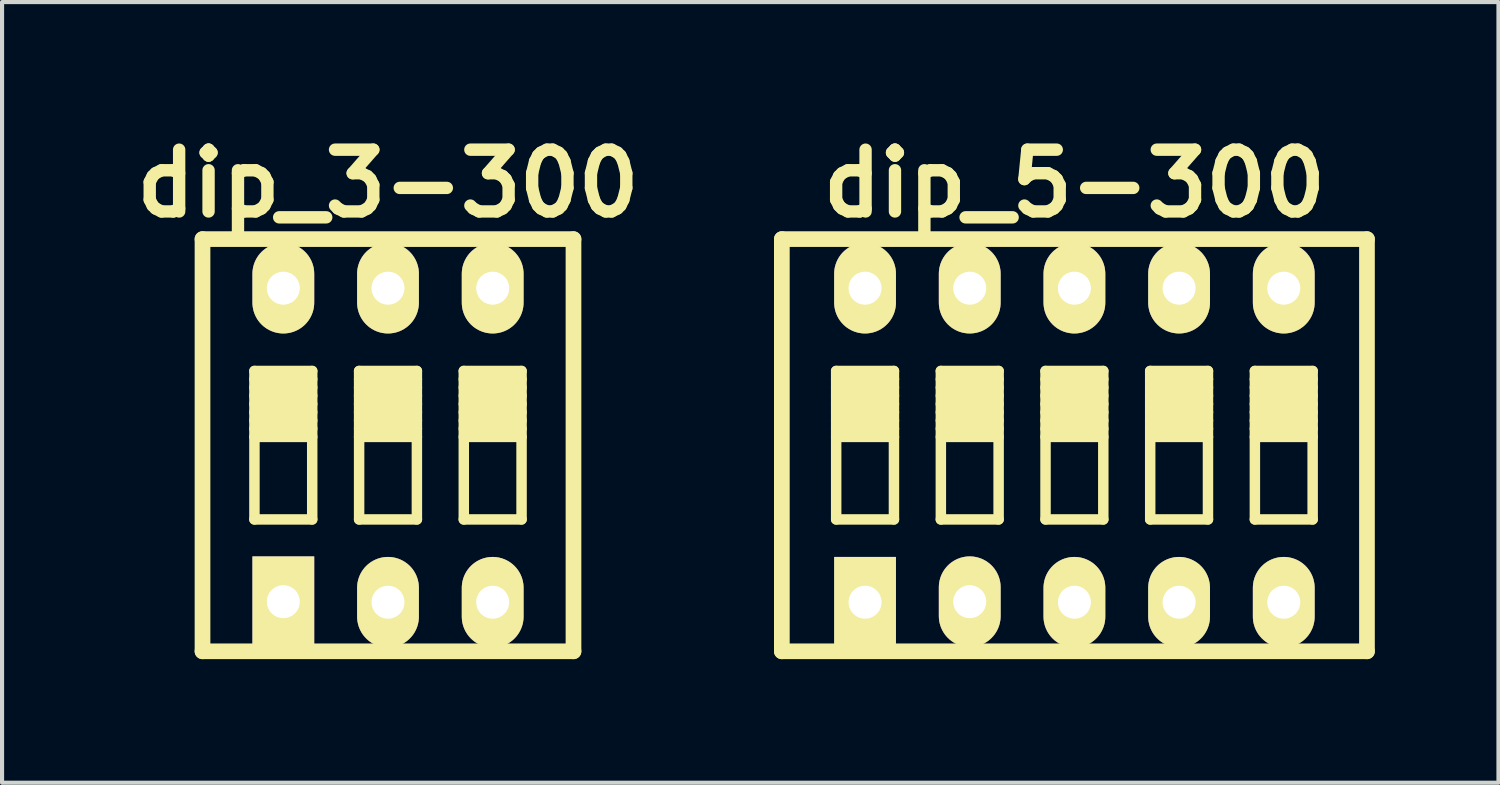
<source format=kicad_pcb>
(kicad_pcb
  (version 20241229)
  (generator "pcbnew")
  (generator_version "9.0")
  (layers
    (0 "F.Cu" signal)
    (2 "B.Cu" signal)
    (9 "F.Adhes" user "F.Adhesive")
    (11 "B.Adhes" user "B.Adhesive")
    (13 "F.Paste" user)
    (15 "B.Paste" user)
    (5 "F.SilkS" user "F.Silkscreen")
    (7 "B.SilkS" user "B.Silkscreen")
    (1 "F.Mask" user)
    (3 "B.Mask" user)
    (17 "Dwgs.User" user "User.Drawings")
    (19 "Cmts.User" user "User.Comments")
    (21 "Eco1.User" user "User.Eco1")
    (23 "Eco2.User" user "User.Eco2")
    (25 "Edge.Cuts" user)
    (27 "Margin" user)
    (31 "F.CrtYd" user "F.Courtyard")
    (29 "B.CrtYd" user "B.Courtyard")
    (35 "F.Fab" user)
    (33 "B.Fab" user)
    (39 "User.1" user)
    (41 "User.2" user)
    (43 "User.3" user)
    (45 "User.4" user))
  (footprint "dip_3-300"
    (layer "F.Cu")
    (at 6.365 7.753)
    (property "Reference" "dip_3-300" (at 0 -6.35 0) (layer "F.SilkS") (effects (font (size 1.499 1.499) (thickness 0.3))))
    (attr through_hole)
    (fp_line (start -4.501 -5.001) (end 4.501 -5.001) (stroke (width 0.381) (type solid)) (layer "F.SilkS"))
    (fp_line (start -4.501 5.001) (end -4.501 -5.001) (stroke (width 0.381) (type solid)) (layer "F.SilkS"))
    (fp_line (start -3.241 -1.801) (end -3.241 1.801) (stroke (width 0.254) (type solid)) (layer "F.SilkS"))
    (fp_line (start -3.241 -1.6) (end -1.839 -1.6) (stroke (width 0.254) (type solid)) (layer "F.SilkS"))
    (fp_line (start -3.241 -1.4) (end -1.839 -1.4) (stroke (width 0.254) (type solid)) (layer "F.SilkS"))
    (fp_line (start -3.241 -1.201) (end -1.839 -1.201) (stroke (width 0.254) (type solid)) (layer "F.SilkS"))
    (fp_line (start -3.241 -1.001) (end -1.839 -1.001) (stroke (width 0.254) (type solid)) (layer "F.SilkS"))
    (fp_line (start -3.241 -0.8) (end -1.839 -0.8) (stroke (width 0.254) (type solid)) (layer "F.SilkS"))
    (fp_line (start -3.241 -0.599) (end -1.839 -0.599) (stroke (width 0.254) (type solid)) (layer "F.SilkS"))
    (fp_line (start -3.241 -0.401) (end -1.839 -0.401) (stroke (width 0.254) (type solid)) (layer "F.SilkS"))
    (fp_line (start -3.241 -0.201) (end -1.839 -0.201) (stroke (width 0.254) (type solid)) (layer "F.SilkS"))
    (fp_line (start -3.241 1.801) (end -1.839 1.801) (stroke (width 0.254) (type solid)) (layer "F.SilkS"))
    (fp_line (start -1.839 -1.801) (end -3.241 -1.801) (stroke (width 0.254) (type solid)) (layer "F.SilkS"))
    (fp_line (start -1.839 1.801) (end -1.839 -1.801) (stroke (width 0.254) (type solid)) (layer "F.SilkS"))
    (fp_line (start -0.701 -1.801) (end -0.701 1.801) (stroke (width 0.254) (type solid)) (layer "F.SilkS"))
    (fp_line (start -0.701 -1.6) (end 0.701 -1.6) (stroke (width 0.254) (type solid)) (layer "F.SilkS"))
    (fp_line (start -0.701 -1.4) (end 0.701 -1.4) (stroke (width 0.254) (type solid)) (layer "F.SilkS"))
    (fp_line (start -0.701 -1.201) (end 0.701 -1.201) (stroke (width 0.254) (type solid)) (layer "F.SilkS"))
    (fp_line (start -0.701 -1.001) (end 0.701 -1.001) (stroke (width 0.254) (type solid)) (layer "F.SilkS"))
    (fp_line (start -0.701 -0.8) (end 0.701 -0.8) (stroke (width 0.254) (type solid)) (layer "F.SilkS"))
    (fp_line (start -0.701 -0.599) (end 0.701 -0.599) (stroke (width 0.254) (type solid)) (layer "F.SilkS"))
    (fp_line (start -0.701 -0.401) (end 0.701 -0.401) (stroke (width 0.254) (type solid)) (layer "F.SilkS"))
    (fp_line (start -0.701 -0.201) (end 0.701 -0.201) (stroke (width 0.254) (type solid)) (layer "F.SilkS"))
    (fp_line (start -0.701 1.801) (end 0.701 1.801) (stroke (width 0.254) (type solid)) (layer "F.SilkS"))
    (fp_line (start 0.701 -1.801) (end -0.701 -1.801) (stroke (width 0.254) (type solid)) (layer "F.SilkS"))
    (fp_line (start 0.701 1.801) (end 0.701 -1.801) (stroke (width 0.254) (type solid)) (layer "F.SilkS"))
    (fp_line (start 1.839 -1.801) (end 1.839 1.801) (stroke (width 0.254) (type solid)) (layer "F.SilkS"))
    (fp_line (start 1.839 -1.6) (end 3.241 -1.6) (stroke (width 0.254) (type solid)) (layer "F.SilkS"))
    (fp_line (start 1.839 -1.4) (end 3.241 -1.4) (stroke (width 0.254) (type solid)) (layer "F.SilkS"))
    (fp_line (start 1.839 -1.201) (end 3.241 -1.201) (stroke (width 0.254) (type solid)) (layer "F.SilkS"))
    (fp_line (start 1.839 -1.001) (end 3.241 -1.001) (stroke (width 0.254) (type solid)) (layer "F.SilkS"))
    (fp_line (start 1.839 -0.8) (end 3.241 -0.8) (stroke (width 0.254) (type solid)) (layer "F.SilkS"))
    (fp_line (start 1.839 -0.599) (end 3.241 -0.599) (stroke (width 0.254) (type solid)) (layer "F.SilkS"))
    (fp_line (start 1.839 -0.401) (end 3.241 -0.401) (stroke (width 0.254) (type solid)) (layer "F.SilkS"))
    (fp_line (start 1.839 -0.201) (end 3.241 -0.201) (stroke (width 0.254) (type solid)) (layer "F.SilkS"))
    (fp_line (start 1.839 1.801) (end 3.241 1.801) (stroke (width 0.254) (type solid)) (layer "F.SilkS"))
    (fp_line (start 3.241 -1.801) (end 1.839 -1.801) (stroke (width 0.254) (type solid)) (layer "F.SilkS"))
    (fp_line (start 3.241 1.801) (end 3.241 -1.801) (stroke (width 0.254) (type solid)) (layer "F.SilkS"))
    (fp_line (start 4.501 -4.999) (end 4.501 5.001) (stroke (width 0.381) (type solid)) (layer "F.SilkS"))
    (fp_line (start 4.501 5.001) (end -4.501 5.001) (stroke (width 0.381) (type solid)) (layer "F.SilkS"))
    (pad "1" thru_hole rect (at -2.54 3.797) (size 1.499 2.197) (drill 0.8) (layers "*.Cu" "*.Mask" "F.SilkS"))
    (pad "2" thru_hole oval (at 0 3.81) (size 1.499 2.197) (drill 0.8) (layers "*.Cu" "*.Mask" "F.SilkS"))
    (pad "3" thru_hole oval (at 2.54 3.81) (size 1.499 2.197) (drill 0.8) (layers "*.Cu" "*.Mask" "F.SilkS"))
    (pad "4" thru_hole oval (at 2.54 -3.81) (size 1.499 2.197) (drill 0.8) (layers "*.Cu" "*.Mask" "F.SilkS"))
    (pad "5" thru_hole oval (at 0 -3.81) (size 1.499 2.197) (drill 0.8) (layers "*.Cu" "*.Mask" "F.SilkS"))
    (pad "6" thru_hole oval (at -2.54 -3.81) (size 1.499 2.197) (drill 0.8) (layers "*.Cu" "*.Mask" "F.SilkS")))
  (footprint "dip_5-300"
    (layer "F.Cu")
    (at 23.021 7.753)
    (property "Reference" "dip_5-300" (at 0 -6.35 0) (layer "F.SilkS") (effects (font (size 1.499 1.499) (thickness 0.3))))
    (attr through_hole)
    (fp_line (start -7.099 5.001) (end -7.099 -5.001) (stroke (width 0.381) (type solid)) (layer "F.SilkS"))
    (fp_line (start -7.099 5.001) (end 7.099 5.001) (stroke (width 0.381) (type solid)) (layer "F.SilkS"))
    (fp_line (start -5.781 -1.801) (end -5.781 1.801) (stroke (width 0.254) (type solid)) (layer "F.SilkS"))
    (fp_line (start -5.781 -1.6) (end -4.379 -1.6) (stroke (width 0.254) (type solid)) (layer "F.SilkS"))
    (fp_line (start -5.781 -1.4) (end -4.379 -1.4) (stroke (width 0.254) (type solid)) (layer "F.SilkS"))
    (fp_line (start -5.781 -1.201) (end -4.379 -1.201) (stroke (width 0.254) (type solid)) (layer "F.SilkS"))
    (fp_line (start -5.781 -1.001) (end -4.379 -1.001) (stroke (width 0.254) (type solid)) (layer "F.SilkS"))
    (fp_line (start -5.781 -0.8) (end -4.379 -0.8) (stroke (width 0.254) (type solid)) (layer "F.SilkS"))
    (fp_line (start -5.781 -0.599) (end -4.379 -0.599) (stroke (width 0.254) (type solid)) (layer "F.SilkS"))
    (fp_line (start -5.781 -0.401) (end -4.379 -0.401) (stroke (width 0.254) (type solid)) (layer "F.SilkS"))
    (fp_line (start -5.781 -0.201) (end -4.379 -0.201) (stroke (width 0.254) (type solid)) (layer "F.SilkS"))
    (fp_line (start -5.781 1.801) (end -4.379 1.801) (stroke (width 0.254) (type solid)) (layer "F.SilkS"))
    (fp_line (start -4.379 -1.801) (end -5.781 -1.801) (stroke (width 0.254) (type solid)) (layer "F.SilkS"))
    (fp_line (start -4.379 1.801) (end -4.379 -1.801) (stroke (width 0.254) (type solid)) (layer "F.SilkS"))
    (fp_line (start -3.241 -1.801) (end -3.241 1.801) (stroke (width 0.254) (type solid)) (layer "F.SilkS"))
    (fp_line (start -3.241 -1.6) (end -1.839 -1.6) (stroke (width 0.254) (type solid)) (layer "F.SilkS"))
    (fp_line (start -3.241 -1.4) (end -1.839 -1.4) (stroke (width 0.254) (type solid)) (layer "F.SilkS"))
    (fp_line (start -3.241 -1.201) (end -1.839 -1.201) (stroke (width 0.254) (type solid)) (layer "F.SilkS"))
    (fp_line (start -3.241 -1.001) (end -1.839 -1.001) (stroke (width 0.254) (type solid)) (layer "F.SilkS"))
    (fp_line (start -3.241 -0.8) (end -1.839 -0.8) (stroke (width 0.254) (type solid)) (layer "F.SilkS"))
    (fp_line (start -3.241 -0.599) (end -1.839 -0.599) (stroke (width 0.254) (type solid)) (layer "F.SilkS"))
    (fp_line (start -3.241 -0.401) (end -1.839 -0.401) (stroke (width 0.254) (type solid)) (layer "F.SilkS"))
    (fp_line (start -3.241 -0.201) (end -1.839 -0.201) (stroke (width 0.254) (type solid)) (layer "F.SilkS"))
    (fp_line (start -3.241 1.801) (end -1.839 1.801) (stroke (width 0.254) (type solid)) (layer "F.SilkS"))
    (fp_line (start -1.839 -1.801) (end -3.241 -1.801) (stroke (width 0.254) (type solid)) (layer "F.SilkS"))
    (fp_line (start -1.839 1.801) (end -1.839 -1.801) (stroke (width 0.254) (type solid)) (layer "F.SilkS"))
    (fp_line (start -0.701 -1.801) (end -0.701 1.801) (stroke (width 0.254) (type solid)) (layer "F.SilkS"))
    (fp_line (start -0.701 -1.6) (end 0.701 -1.6) (stroke (width 0.254) (type solid)) (layer "F.SilkS"))
    (fp_line (start -0.701 -1.4) (end 0.701 -1.4) (stroke (width 0.254) (type solid)) (layer "F.SilkS"))
    (fp_line (start -0.701 -1.201) (end 0.701 -1.201) (stroke (width 0.254) (type solid)) (layer "F.SilkS"))
    (fp_line (start -0.701 -1.001) (end 0.701 -1.001) (stroke (width 0.254) (type solid)) (layer "F.SilkS"))
    (fp_line (start -0.701 -0.8) (end 0.701 -0.8) (stroke (width 0.254) (type solid)) (layer "F.SilkS"))
    (fp_line (start -0.701 -0.599) (end 0.701 -0.599) (stroke (width 0.254) (type solid)) (layer "F.SilkS"))
    (fp_line (start -0.701 -0.401) (end 0.701 -0.401) (stroke (width 0.254) (type solid)) (layer "F.SilkS"))
    (fp_line (start -0.701 -0.201) (end 0.701 -0.201) (stroke (width 0.254) (type solid)) (layer "F.SilkS"))
    (fp_line (start -0.701 1.801) (end 0.701 1.801) (stroke (width 0.254) (type solid)) (layer "F.SilkS"))
    (fp_line (start 0.701 -1.801) (end -0.701 -1.801) (stroke (width 0.254) (type solid)) (layer "F.SilkS"))
    (fp_line (start 0.701 1.801) (end 0.701 -1.801) (stroke (width 0.254) (type solid)) (layer "F.SilkS"))
    (fp_line (start 1.839 -1.801) (end 1.839 1.801) (stroke (width 0.254) (type solid)) (layer "F.SilkS"))
    (fp_line (start 1.839 -1.6) (end 3.241 -1.6) (stroke (width 0.254) (type solid)) (layer "F.SilkS"))
    (fp_line (start 1.839 -1.4) (end 3.241 -1.4) (stroke (width 0.254) (type solid)) (layer "F.SilkS"))
    (fp_line (start 1.839 -1.201) (end 3.241 -1.201) (stroke (width 0.254) (type solid)) (layer "F.SilkS"))
    (fp_line (start 1.839 -1.001) (end 3.241 -1.001) (stroke (width 0.254) (type solid)) (layer "F.SilkS"))
    (fp_line (start 1.839 -0.8) (end 3.241 -0.8) (stroke (width 0.254) (type solid)) (layer "F.SilkS"))
    (fp_line (start 1.839 -0.599) (end 3.241 -0.599) (stroke (width 0.254) (type solid)) (layer "F.SilkS"))
    (fp_line (start 1.839 -0.401) (end 3.241 -0.401) (stroke (width 0.254) (type solid)) (layer "F.SilkS"))
    (fp_line (start 1.839 -0.201) (end 3.241 -0.201) (stroke (width 0.254) (type solid)) (layer "F.SilkS"))
    (fp_line (start 1.839 1.801) (end 3.241 1.801) (stroke (width 0.254) (type solid)) (layer "F.SilkS"))
    (fp_line (start 3.241 -1.801) (end 1.839 -1.801) (stroke (width 0.254) (type solid)) (layer "F.SilkS"))
    (fp_line (start 3.241 1.801) (end 3.241 -1.801) (stroke (width 0.254) (type solid)) (layer "F.SilkS"))
    (fp_line (start 4.379 -1.801) (end 4.379 1.801) (stroke (width 0.254) (type solid)) (layer "F.SilkS"))
    (fp_line (start 4.379 -1.6) (end 5.781 -1.6) (stroke (width 0.254) (type solid)) (layer "F.SilkS"))
    (fp_line (start 4.379 -1.4) (end 5.781 -1.4) (stroke (width 0.254) (type solid)) (layer "F.SilkS"))
    (fp_line (start 4.379 -1.201) (end 5.781 -1.201) (stroke (width 0.254) (type solid)) (layer "F.SilkS"))
    (fp_line (start 4.379 -1.001) (end 5.781 -1.001) (stroke (width 0.254) (type solid)) (layer "F.SilkS"))
    (fp_line (start 4.379 -0.8) (end 5.781 -0.8) (stroke (width 0.254) (type solid)) (layer "F.SilkS"))
    (fp_line (start 4.379 -0.599) (end 5.781 -0.599) (stroke (width 0.254) (type solid)) (layer "F.SilkS"))
    (fp_line (start 4.379 -0.401) (end 5.781 -0.401) (stroke (width 0.254) (type solid)) (layer "F.SilkS"))
    (fp_line (start 4.379 -0.201) (end 5.781 -0.201) (stroke (width 0.254) (type solid)) (layer "F.SilkS"))
    (fp_line (start 4.379 1.801) (end 5.781 1.801) (stroke (width 0.254) (type solid)) (layer "F.SilkS"))
    (fp_line (start 5.781 -1.801) (end 4.379 -1.801) (stroke (width 0.254) (type solid)) (layer "F.SilkS"))
    (fp_line (start 5.781 1.801) (end 5.781 -1.801) (stroke (width 0.254) (type solid)) (layer "F.SilkS"))
    (fp_line (start 7.099 -5.001) (end -7.099 -5.001) (stroke (width 0.381) (type solid)) (layer "F.SilkS"))
    (fp_line (start 7.099 -4.999) (end 7.099 5.001) (stroke (width 0.381) (type solid)) (layer "F.SilkS"))
    (pad "1" thru_hole rect (at -5.08 3.81) (size 1.499 2.197) (drill 0.8) (layers "*.Cu" "*.Mask" "F.SilkS"))
    (pad "2" thru_hole oval (at -2.54 3.797) (size 1.499 2.197) (drill 0.8) (layers "*.Cu" "*.Mask" "F.SilkS"))
    (pad "3" thru_hole oval (at 0 3.81) (size 1.499 2.197) (drill 0.8) (layers "*.Cu" "*.Mask" "F.SilkS"))
    (pad "4" thru_hole oval (at 2.54 3.81) (size 1.499 2.197) (drill 0.8) (layers "*.Cu" "*.Mask" "F.SilkS"))
    (pad "5" thru_hole oval (at 5.08 3.81) (size 1.499 2.197) (drill 0.8) (layers "*.Cu" "*.Mask" "F.SilkS"))
    (pad "6" thru_hole oval (at 5.08 -3.81) (size 1.499 2.197) (drill 0.8) (layers "*.Cu" "*.Mask" "F.SilkS"))
    (pad "7" thru_hole oval (at 2.54 -3.81) (size 1.499 2.197) (drill 0.8) (layers "*.Cu" "*.Mask" "F.SilkS"))
    (pad "8" thru_hole oval (at 0 -3.81) (size 1.499 2.197) (drill 0.8) (layers "*.Cu" "*.Mask" "F.SilkS"))
    (pad "9" thru_hole oval (at -2.54 -3.81) (size 1.499 2.197) (drill 0.8) (layers "*.Cu" "*.Mask" "F.SilkS"))
    (pad "10" thru_hole oval (at -5.08 -3.81) (size 1.499 2.197) (drill 0.8) (layers "*.Cu" "*.Mask" "F.SilkS")))
  (gr_rect
    (start -3 -3)
    (end 33.311 15.944)
    (stroke (width 0.1) (type default))
    (fill no)
    (layer "Edge.Cuts")))
</source>
